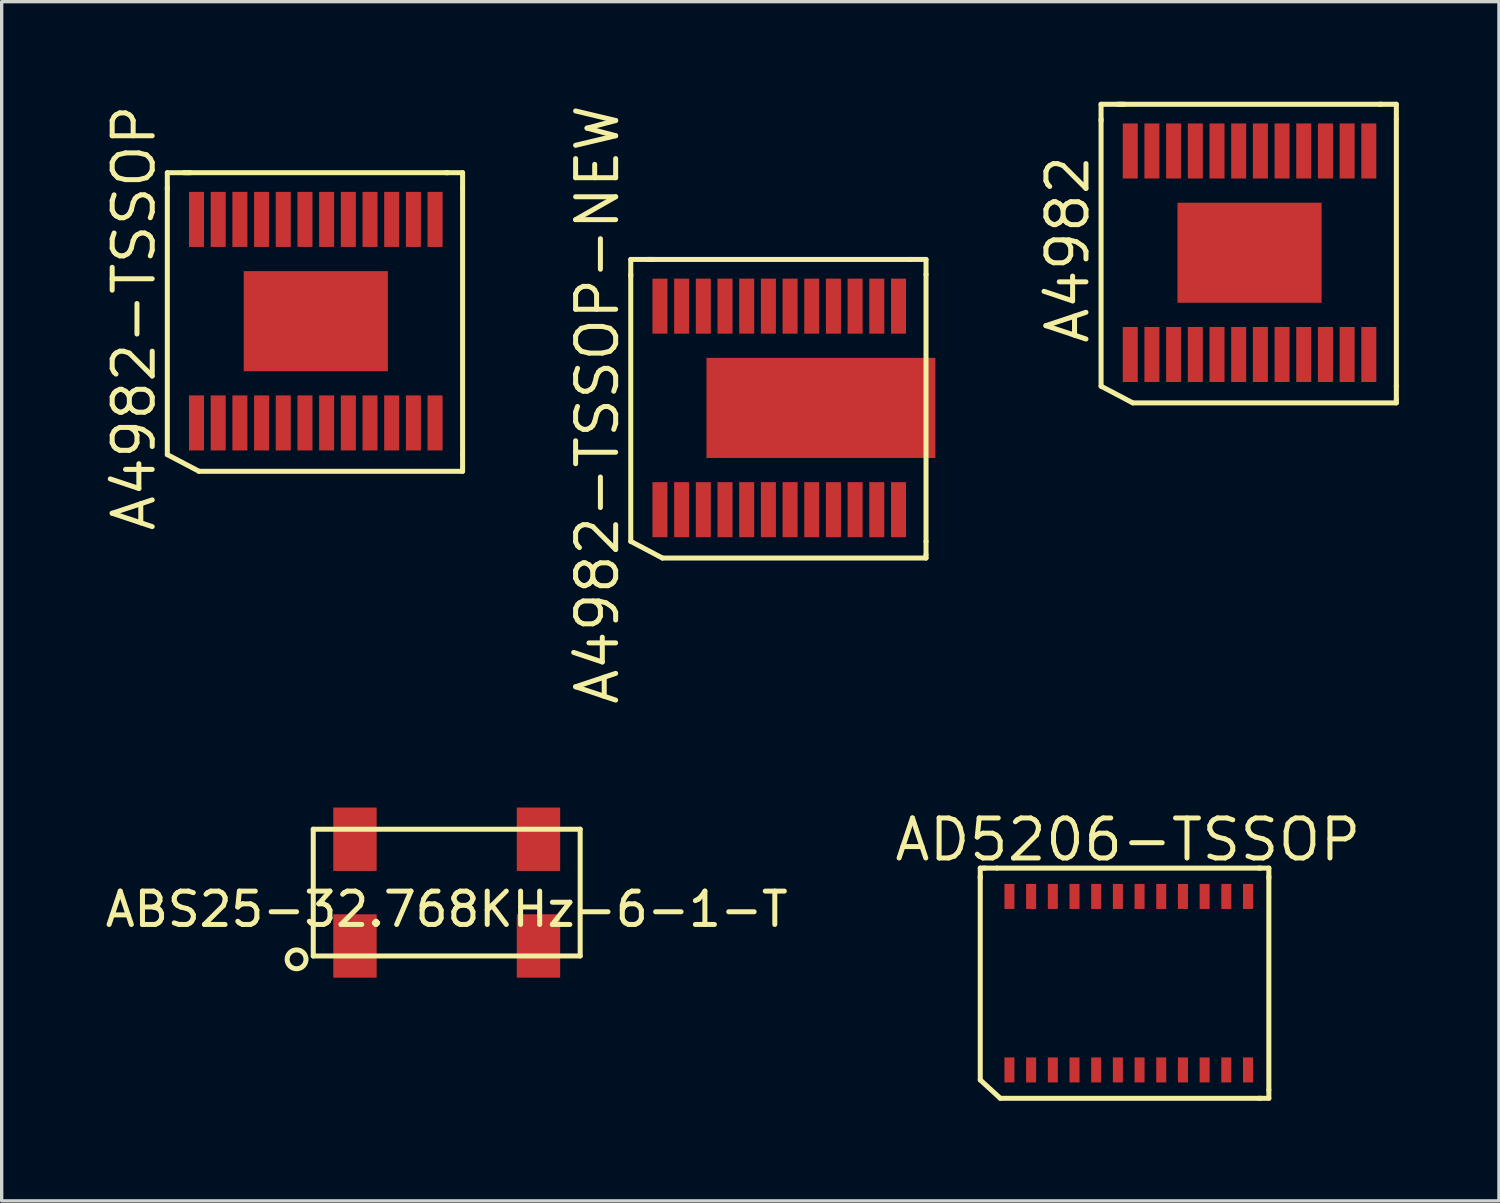
<source format=kicad_pcb>
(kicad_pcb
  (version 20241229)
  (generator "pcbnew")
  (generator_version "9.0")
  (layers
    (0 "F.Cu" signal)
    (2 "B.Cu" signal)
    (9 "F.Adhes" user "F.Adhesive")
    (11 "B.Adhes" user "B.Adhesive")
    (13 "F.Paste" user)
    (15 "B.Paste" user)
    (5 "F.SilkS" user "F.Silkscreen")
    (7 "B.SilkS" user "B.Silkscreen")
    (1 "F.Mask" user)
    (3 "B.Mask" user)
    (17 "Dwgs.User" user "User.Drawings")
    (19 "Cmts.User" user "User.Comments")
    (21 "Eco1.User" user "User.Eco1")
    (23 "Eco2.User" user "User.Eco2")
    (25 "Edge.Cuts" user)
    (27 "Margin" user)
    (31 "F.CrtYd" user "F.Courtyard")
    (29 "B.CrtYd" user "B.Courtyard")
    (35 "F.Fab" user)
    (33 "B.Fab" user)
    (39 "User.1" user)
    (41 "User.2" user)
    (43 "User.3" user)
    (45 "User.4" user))
  (footprint "A4982-TSSOP-NEW"
    (layer "F.Cu")
    (at 20.305 9.176)
    (property "Reference" "A4982-TSSOP-NEW" (at -5.45 -0.1 90) (layer "F.SilkS") (effects (font (size 1.2 1.2) (thickness 0.15))))
    (attr through_hole)
    (fp_line (start -4.45 -4.45) (end -3.75 -4.45) (stroke (width 0.15) (type solid)) (layer "F.SilkS"))
    (fp_line (start -4.45 -3.95) (end -4.45 -4.45) (stroke (width 0.15) (type solid)) (layer "F.SilkS"))
    (fp_line (start -4.45 4) (end -4.45 -4) (stroke (width 0.15) (type solid)) (layer "F.SilkS"))
    (fp_line (start -4.45 4) (end -3.5 4.5) (stroke (width 0.15) (type solid)) (layer "F.SilkS"))
    (fp_line (start -3.5 4.5) (end 4.4 4.5) (stroke (width 0.15) (type solid)) (layer "F.SilkS"))
    (fp_line (start 3.95 -4.45) (end -3.95 -4.45) (stroke (width 0.15) (type solid)) (layer "F.SilkS"))
    (fp_line (start 4.4 -4.45) (end 3.9 -4.45) (stroke (width 0.15) (type solid)) (layer "F.SilkS"))
    (fp_line (start 4.4 -4) (end 4.4 -4.45) (stroke (width 0.15) (type solid)) (layer "F.SilkS"))
    (fp_line (start 4.4 -4) (end 4.4 4) (stroke (width 0.15) (type solid)) (layer "F.SilkS"))
    (fp_line (start 4.4 4.4) (end 4.4 4) (stroke (width 0.15) (type solid)) (layer "F.SilkS"))
    (fp_line (start 4.4 4.4) (end 4.4 4.5) (stroke (width 0.15) (type solid)) (layer "F.SilkS"))
    (pad "1" smd rect (at -3.575 3.05) (size 0.45 1.65) (layers "F.Cu" "F.Mask" "F.Paste"))
    (pad "2" smd rect (at -2.925 3.05) (size 0.45 1.65) (layers "F.Cu" "F.Mask" "F.Paste"))
    (pad "3" smd rect (at -2.275 3.05) (size 0.45 1.65) (layers "F.Cu" "F.Mask" "F.Paste"))
    (pad "4" smd rect (at -1.625 3.05) (size 0.45 1.65) (layers "F.Cu" "F.Mask" "F.Paste"))
    (pad "5" smd rect (at -0.975 3.05) (size 0.45 1.65) (layers "F.Cu" "F.Mask" "F.Paste"))
    (pad "6" smd rect (at -0.325 3.05) (size 0.45 1.65) (layers "F.Cu" "F.Mask" "F.Paste"))
    (pad "7" smd rect (at 0.325 3.05) (size 0.45 1.65) (layers "F.Cu" "F.Mask" "F.Paste"))
    (pad "8" smd rect (at 0.975 3.05) (size 0.45 1.65) (layers "F.Cu" "F.Mask" "F.Paste"))
    (pad "9" smd rect (at 1.625 3.05) (size 0.45 1.65) (layers "F.Cu" "F.Mask" "F.Paste"))
    (pad "10" smd rect (at 2.275 3.05) (size 0.45 1.65) (layers "F.Cu" "F.Mask" "F.Paste"))
    (pad "11" smd rect (at 2.925 3.05) (size 0.45 1.65) (layers "F.Cu" "F.Mask" "F.Paste"))
    (pad "12" smd rect (at 3.575 3.05) (size 0.45 1.65) (layers "F.Cu" "F.Mask" "F.Paste"))
    (pad "13" smd rect (at 3.575 -3.05) (size 0.45 1.65) (layers "F.Cu" "F.Mask" "F.Paste"))
    (pad "14" smd rect (at 2.925 -3.05) (size 0.45 1.65) (layers "F.Cu" "F.Mask" "F.Paste"))
    (pad "15" smd rect (at 2.275 -3.05) (size 0.45 1.65) (layers "F.Cu" "F.Mask" "F.Paste"))
    (pad "16" smd rect (at 1.625 -3.05) (size 0.45 1.65) (layers "F.Cu" "F.Mask" "F.Paste"))
    (pad "17" smd rect (at 0.975 -3.05) (size 0.45 1.65) (layers "F.Cu" "F.Mask" "F.Paste"))
    (pad "18" smd rect (at 0.325 -3.05) (size 0.45 1.65) (layers "F.Cu" "F.Mask" "F.Paste"))
    (pad "19" smd rect (at -0.325 -3.05) (size 0.45 1.65) (layers "F.Cu" "F.Mask" "F.Paste"))
    (pad "20" smd rect (at -0.975 -3.05) (size 0.45 1.65) (layers "F.Cu" "F.Mask" "F.Paste"))
    (pad "21" smd rect (at -1.625 -3.05) (size 0.45 1.65) (layers "F.Cu" "F.Mask" "F.Paste"))
    (pad "22" smd rect (at -2.275 -3.05) (size 0.45 1.65) (layers "F.Cu" "F.Mask" "F.Paste"))
    (pad "23" smd rect (at -2.925 -3.05) (size 0.45 1.65) (layers "F.Cu" "F.Mask" "F.Paste"))
    (pad "24" smd rect (at -3.575 -3.05) (size 0.45 1.65) (layers "F.Cu" "F.Mask" "F.Paste"))
    (pad "EPAD" connect rect (at 1.25 0) (size 6.86 3) (layers "F.Cu" "F.Mask")))
  (footprint "AD5206-TSSOP"
    (layer "F.Cu")
    (at 30.78 26.418)
    (property "Reference" "AD5206-TSSOP" (at -0.025 -4.3 0) (layer "F.SilkS") (effects (font (size 1.2 1.2) (thickness 0.15))))
    (attr through_hole)
    (fp_line (start -4.45 -3.45) (end -4.45 -3.15) (stroke (width 0.15) (type solid)) (layer "F.SilkS"))
    (fp_line (start -4.45 2.9) (end -4.45 -3.2) (stroke (width 0.15) (type solid)) (layer "F.SilkS"))
    (fp_line (start -4.45 2.9) (end -3.85 3.45) (stroke (width 0.15) (type solid)) (layer "F.SilkS"))
    (fp_line (start -4.3 -3.45) (end -4.45 -3.45) (stroke (width 0.15) (type solid)) (layer "F.SilkS"))
    (fp_line (start -3.95 -3.45) (end -4.35 -3.45) (stroke (width 0.15) (type solid)) (layer "F.SilkS"))
    (fp_line (start -3.95 -3.45) (end 3.95 -3.45) (stroke (width 0.15) (type solid)) (layer "F.SilkS"))
    (fp_line (start -3.85 3.45) (end 3.95 3.45) (stroke (width 0.15) (type solid)) (layer "F.SilkS"))
    (fp_line (start 3.9 -3.45) (end 4.2 -3.45) (stroke (width 0.15) (type solid)) (layer "F.SilkS"))
    (fp_line (start 4.2 -3.45) (end 4.2 -3.15) (stroke (width 0.15) (type solid)) (layer "F.SilkS"))
    (fp_line (start 4.2 -3.2) (end 4.2 3.2) (stroke (width 0.15) (type solid)) (layer "F.SilkS"))
    (fp_line (start 4.2 3.2) (end 4.2 3.45) (stroke (width 0.15) (type solid)) (layer "F.SilkS"))
    (fp_line (start 4.2 3.45) (end 3.9 3.45) (stroke (width 0.15) (type solid)) (layer "F.SilkS"))
    (pad "1" smd rect (at -3.575 2.6) (size 0.3 0.75) (layers "F.Cu" "F.Mask" "F.Paste"))
    (pad "2" smd rect (at -2.925 2.6) (size 0.3 0.75) (layers "F.Cu" "F.Mask" "F.Paste"))
    (pad "3" smd rect (at -2.275 2.6) (size 0.3 0.75) (layers "F.Cu" "F.Mask" "F.Paste"))
    (pad "4" smd rect (at -1.625 2.6) (size 0.3 0.75) (layers "F.Cu" "F.Mask" "F.Paste"))
    (pad "5" smd rect (at -0.975 2.6) (size 0.3 0.75) (layers "F.Cu" "F.Mask" "F.Paste"))
    (pad "6" smd rect (at -0.325 2.6) (size 0.3 0.75) (layers "F.Cu" "F.Mask" "F.Paste"))
    (pad "7" smd rect (at 0.325 2.6) (size 0.3 0.75) (layers "F.Cu" "F.Mask" "F.Paste"))
    (pad "8" smd rect (at 0.975 2.6) (size 0.3 0.75) (layers "F.Cu" "F.Mask" "F.Paste"))
    (pad "9" smd rect (at 1.625 2.6) (size 0.3 0.75) (layers "F.Cu" "F.Mask" "F.Paste"))
    (pad "10" smd rect (at 2.275 2.6) (size 0.3 0.75) (layers "F.Cu" "F.Mask" "F.Paste"))
    (pad "11" smd rect (at 2.925 2.6) (size 0.3 0.75) (layers "F.Cu" "F.Mask" "F.Paste"))
    (pad "12" smd rect (at 3.575 2.6) (size 0.3 0.75) (layers "F.Cu" "F.Mask" "F.Paste"))
    (pad "13" smd rect (at 3.575 -2.6) (size 0.3 0.75) (layers "F.Cu" "F.Mask" "F.Paste"))
    (pad "14" smd rect (at 2.925 -2.6) (size 0.3 0.75) (layers "F.Cu" "F.Mask" "F.Paste"))
    (pad "15" smd rect (at 2.275 -2.6) (size 0.3 0.75) (layers "F.Cu" "F.Mask" "F.Paste"))
    (pad "16" smd rect (at 1.625 -2.6) (size 0.3 0.75) (layers "F.Cu" "F.Mask" "F.Paste"))
    (pad "17" smd rect (at 0.975 -2.6) (size 0.3 0.75) (layers "F.Cu" "F.Mask" "F.Paste"))
    (pad "18" smd rect (at 0.325 -2.6) (size 0.3 0.75) (layers "F.Cu" "F.Mask" "F.Paste"))
    (pad "19" smd rect (at -0.325 -2.6) (size 0.3 0.75) (layers "F.Cu" "F.Mask" "F.Paste"))
    (pad "20" smd rect (at -0.975 -2.6) (size 0.3 0.75) (layers "F.Cu" "F.Mask" "F.Paste"))
    (pad "21" smd rect (at -1.625 -2.6) (size 0.3 0.75) (layers "F.Cu" "F.Mask" "F.Paste"))
    (pad "22" smd rect (at -2.275 -2.6) (size 0.3 0.75) (layers "F.Cu" "F.Mask" "F.Paste"))
    (pad "23" smd rect (at -2.925 -2.6) (size 0.3 0.75) (layers "F.Cu" "F.Mask" "F.Paste"))
    (pad "24" smd rect (at -3.575 -2.6) (size 0.3 0.75) (layers "F.Cu" "F.Mask" "F.Paste")))
  (footprint "A4982"
    (layer "F.Cu")
    (at 34.401 4.525)
    (property "Reference" "A4982" (at -5.45 -0.1 90) (layer "F.SilkS") (effects (font (size 1.2 1.2) (thickness 0.15))))
    (attr through_hole)
    (fp_line (start -4.45 -4.45) (end -3.75 -4.45) (stroke (width 0.15) (type solid)) (layer "F.SilkS"))
    (fp_line (start -4.45 -3.95) (end -4.45 -4.45) (stroke (width 0.15) (type solid)) (layer "F.SilkS"))
    (fp_line (start -4.45 4) (end -4.45 -4) (stroke (width 0.15) (type solid)) (layer "F.SilkS"))
    (fp_line (start -4.45 4) (end -3.5 4.5) (stroke (width 0.15) (type solid)) (layer "F.SilkS"))
    (fp_line (start -3.5 4.5) (end 4.4 4.5) (stroke (width 0.15) (type solid)) (layer "F.SilkS"))
    (fp_line (start 3.95 -4.45) (end -3.95 -4.45) (stroke (width 0.15) (type solid)) (layer "F.SilkS"))
    (fp_line (start 4.4 -4.45) (end 3.9 -4.45) (stroke (width 0.15) (type solid)) (layer "F.SilkS"))
    (fp_line (start 4.4 -4) (end 4.4 -4.45) (stroke (width 0.15) (type solid)) (layer "F.SilkS"))
    (fp_line (start 4.4 -4) (end 4.4 4) (stroke (width 0.15) (type solid)) (layer "F.SilkS"))
    (fp_line (start 4.4 4.4) (end 4.4 4) (stroke (width 0.15) (type solid)) (layer "F.SilkS"))
    (fp_line (start 4.4 4.4) (end 4.4 4.5) (stroke (width 0.15) (type solid)) (layer "F.SilkS"))
    (pad "1" smd rect (at -3.575 3.05) (size 0.45 1.65) (layers "F.Cu" "F.Mask" "F.Paste"))
    (pad "2" smd rect (at -2.925 3.05) (size 0.45 1.65) (layers "F.Cu" "F.Mask" "F.Paste"))
    (pad "3" smd rect (at -2.275 3.05) (size 0.45 1.65) (layers "F.Cu" "F.Mask" "F.Paste"))
    (pad "4" smd rect (at -1.625 3.05) (size 0.45 1.65) (layers "F.Cu" "F.Mask" "F.Paste"))
    (pad "5" smd rect (at -0.975 3.05) (size 0.45 1.65) (layers "F.Cu" "F.Mask" "F.Paste"))
    (pad "6" smd rect (at -0.325 3.05) (size 0.45 1.65) (layers "F.Cu" "F.Mask" "F.Paste"))
    (pad "7" smd rect (at 0.325 3.05) (size 0.45 1.65) (layers "F.Cu" "F.Mask" "F.Paste"))
    (pad "8" smd rect (at 0.975 3.05) (size 0.45 1.65) (layers "F.Cu" "F.Mask" "F.Paste"))
    (pad "9" smd rect (at 1.625 3.05) (size 0.45 1.65) (layers "F.Cu" "F.Mask" "F.Paste"))
    (pad "10" smd rect (at 2.275 3.05) (size 0.45 1.65) (layers "F.Cu" "F.Mask" "F.Paste"))
    (pad "11" smd rect (at 2.925 3.05) (size 0.45 1.65) (layers "F.Cu" "F.Mask" "F.Paste"))
    (pad "12" smd rect (at 3.575 3.05) (size 0.45 1.65) (layers "F.Cu" "F.Mask" "F.Paste"))
    (pad "13" smd rect (at 3.575 -3.05) (size 0.45 1.65) (layers "F.Cu" "F.Mask" "F.Paste"))
    (pad "14" smd rect (at 2.925 -3.05) (size 0.45 1.65) (layers "F.Cu" "F.Mask" "F.Paste"))
    (pad "15" smd rect (at 2.275 -3.05) (size 0.45 1.65) (layers "F.Cu" "F.Mask" "F.Paste"))
    (pad "16" smd rect (at 1.625 -3.05) (size 0.45 1.65) (layers "F.Cu" "F.Mask" "F.Paste"))
    (pad "17" smd rect (at 0.975 -3.05) (size 0.45 1.65) (layers "F.Cu" "F.Mask" "F.Paste"))
    (pad "18" smd rect (at 0.325 -3.05) (size 0.45 1.65) (layers "F.Cu" "F.Mask" "F.Paste"))
    (pad "19" smd rect (at -0.325 -3.05) (size 0.45 1.65) (layers "F.Cu" "F.Mask" "F.Paste"))
    (pad "20" smd rect (at -0.975 -3.05) (size 0.45 1.65) (layers "F.Cu" "F.Mask" "F.Paste"))
    (pad "21" smd rect (at -1.625 -3.05) (size 0.45 1.65) (layers "F.Cu" "F.Mask" "F.Paste"))
    (pad "22" smd rect (at -2.275 -3.05) (size 0.45 1.65) (layers "F.Cu" "F.Mask" "F.Paste"))
    (pad "23" smd rect (at -2.925 -3.05) (size 0.45 1.65) (layers "F.Cu" "F.Mask" "F.Paste"))
    (pad "24" smd rect (at -3.575 -3.05) (size 0.45 1.65) (layers "F.Cu" "F.Mask" "F.Paste"))
    (pad "E" connect rect (at 0 0) (size 4.32 3) (layers "F.Cu" "F.Mask")))
  (footprint "A4982-TSSOP"
    (layer "F.Cu")
    (at 6.415 6.576)
    (property "Reference" "A4982-TSSOP" (at -5.45 -0.1 90) (layer "F.SilkS") (effects (font (size 1.2 1.2) (thickness 0.15))))
    (attr through_hole)
    (fp_line (start -4.45 -4.45) (end -3.75 -4.45) (stroke (width 0.15) (type solid)) (layer "F.SilkS"))
    (fp_line (start -4.45 -3.95) (end -4.45 -4.45) (stroke (width 0.15) (type solid)) (layer "F.SilkS"))
    (fp_line (start -4.45 4) (end -4.45 -4) (stroke (width 0.15) (type solid)) (layer "F.SilkS"))
    (fp_line (start -4.45 4) (end -3.5 4.5) (stroke (width 0.15) (type solid)) (layer "F.SilkS"))
    (fp_line (start -3.5 4.5) (end 4.4 4.5) (stroke (width 0.15) (type solid)) (layer "F.SilkS"))
    (fp_line (start 3.95 -4.45) (end -3.95 -4.45) (stroke (width 0.15) (type solid)) (layer "F.SilkS"))
    (fp_line (start 4.4 -4.45) (end 3.9 -4.45) (stroke (width 0.15) (type solid)) (layer "F.SilkS"))
    (fp_line (start 4.4 -4) (end 4.4 -4.45) (stroke (width 0.15) (type solid)) (layer "F.SilkS"))
    (fp_line (start 4.4 -4) (end 4.4 4) (stroke (width 0.15) (type solid)) (layer "F.SilkS"))
    (fp_line (start 4.4 4.4) (end 4.4 4) (stroke (width 0.15) (type solid)) (layer "F.SilkS"))
    (fp_line (start 4.4 4.4) (end 4.4 4.5) (stroke (width 0.15) (type solid)) (layer "F.SilkS"))
    (pad "1" smd rect (at -3.575 3.05) (size 0.45 1.65) (layers "F.Cu" "F.Mask" "F.Paste"))
    (pad "2" smd rect (at -2.925 3.05) (size 0.45 1.65) (layers "F.Cu" "F.Mask" "F.Paste"))
    (pad "3" smd rect (at -2.275 3.05) (size 0.45 1.65) (layers "F.Cu" "F.Mask" "F.Paste"))
    (pad "4" smd rect (at -1.625 3.05) (size 0.45 1.65) (layers "F.Cu" "F.Mask" "F.Paste"))
    (pad "5" smd rect (at -0.975 3.05) (size 0.45 1.65) (layers "F.Cu" "F.Mask" "F.Paste"))
    (pad "6" smd rect (at -0.325 3.05) (size 0.45 1.65) (layers "F.Cu" "F.Mask" "F.Paste"))
    (pad "7" smd rect (at 0.325 3.05) (size 0.45 1.65) (layers "F.Cu" "F.Mask" "F.Paste"))
    (pad "8" smd rect (at 0.975 3.05) (size 0.45 1.65) (layers "F.Cu" "F.Mask" "F.Paste"))
    (pad "9" smd rect (at 1.625 3.05) (size 0.45 1.65) (layers "F.Cu" "F.Mask" "F.Paste"))
    (pad "10" smd rect (at 2.275 3.05) (size 0.45 1.65) (layers "F.Cu" "F.Mask" "F.Paste"))
    (pad "11" smd rect (at 2.925 3.05) (size 0.45 1.65) (layers "F.Cu" "F.Mask" "F.Paste"))
    (pad "12" smd rect (at 3.575 3.05) (size 0.45 1.65) (layers "F.Cu" "F.Mask" "F.Paste"))
    (pad "13" smd rect (at 3.575 -3.05) (size 0.45 1.65) (layers "F.Cu" "F.Mask" "F.Paste"))
    (pad "14" smd rect (at 2.925 -3.05) (size 0.45 1.65) (layers "F.Cu" "F.Mask" "F.Paste"))
    (pad "15" smd rect (at 2.275 -3.05) (size 0.45 1.65) (layers "F.Cu" "F.Mask" "F.Paste"))
    (pad "16" smd rect (at 1.625 -3.05) (size 0.45 1.65) (layers "F.Cu" "F.Mask" "F.Paste"))
    (pad "17" smd rect (at 0.975 -3.05) (size 0.45 1.65) (layers "F.Cu" "F.Mask" "F.Paste"))
    (pad "18" smd rect (at 0.325 -3.05) (size 0.45 1.65) (layers "F.Cu" "F.Mask" "F.Paste"))
    (pad "19" smd rect (at -0.325 -3.05) (size 0.45 1.65) (layers "F.Cu" "F.Mask" "F.Paste"))
    (pad "20" smd rect (at -0.975 -3.05) (size 0.45 1.65) (layers "F.Cu" "F.Mask" "F.Paste"))
    (pad "21" smd rect (at -1.625 -3.05) (size 0.45 1.65) (layers "F.Cu" "F.Mask" "F.Paste"))
    (pad "22" smd rect (at -2.275 -3.05) (size 0.45 1.65) (layers "F.Cu" "F.Mask" "F.Paste"))
    (pad "23" smd rect (at -2.925 -3.05) (size 0.45 1.65) (layers "F.Cu" "F.Mask" "F.Paste"))
    (pad "24" smd rect (at -3.575 -3.05) (size 0.45 1.65) (layers "F.Cu" "F.Mask" "F.Paste"))
    (pad "EPAD" connect rect (at 0 0) (size 4.32 3) (layers "F.Cu" "F.Mask")))
  (footprint "ABS25-32.768KHz-6-1-T"
    (layer "F.Cu")
    (at 10.339 23.703)
    (property "Reference" "ABS25-32.768KHz-6-1-T" (at 0 0.5 0) (layer "F.SilkS") (effects (font (size 1 1) (thickness 0.15))))
    (attr through_hole)
    (fp_line (start -4 -1.9) (end -4 1.9) (stroke (width 0.15) (type solid)) (layer "F.SilkS"))
    (fp_line (start -4 -1.9) (end 4 -1.9) (stroke (width 0.15) (type solid)) (layer "F.SilkS"))
    (fp_line (start -4 1.9) (end 4 1.9) (stroke (width 0.15) (type solid)) (layer "F.SilkS"))
    (fp_line (start 4 -1.9) (end 4 1.9) (stroke (width 0.15) (type solid)) (layer "F.SilkS"))
    (fp_circle (center -4.5 2) (end -4.7 1.8) (stroke (width 0.15) (type solid)) (fill no) (layer "F.SilkS"))
    (pad "1" smd rect (at -2.75 1.6) (size 1.3 1.9) (layers "F.Cu" "F.Mask" "F.Paste"))
    (pad "2" smd rect (at 2.75 1.6) (size 1.3 1.9) (layers "F.Cu" "F.Mask" "F.Paste"))
    (pad "3" smd rect (at 2.75 -1.6) (size 1.3 1.9) (layers "F.Cu" "F.Mask" "F.Paste"))
    (pad "4" smd rect (at -2.75 -1.6) (size 1.3 1.9) (layers "F.Cu" "F.Mask" "F.Paste")))
  (gr_rect
    (start -3 -3)
    (end 41.876 32.943)
    (stroke (width 0.1) (type default))
    (fill no)
    (layer "Edge.Cuts")))
</source>
